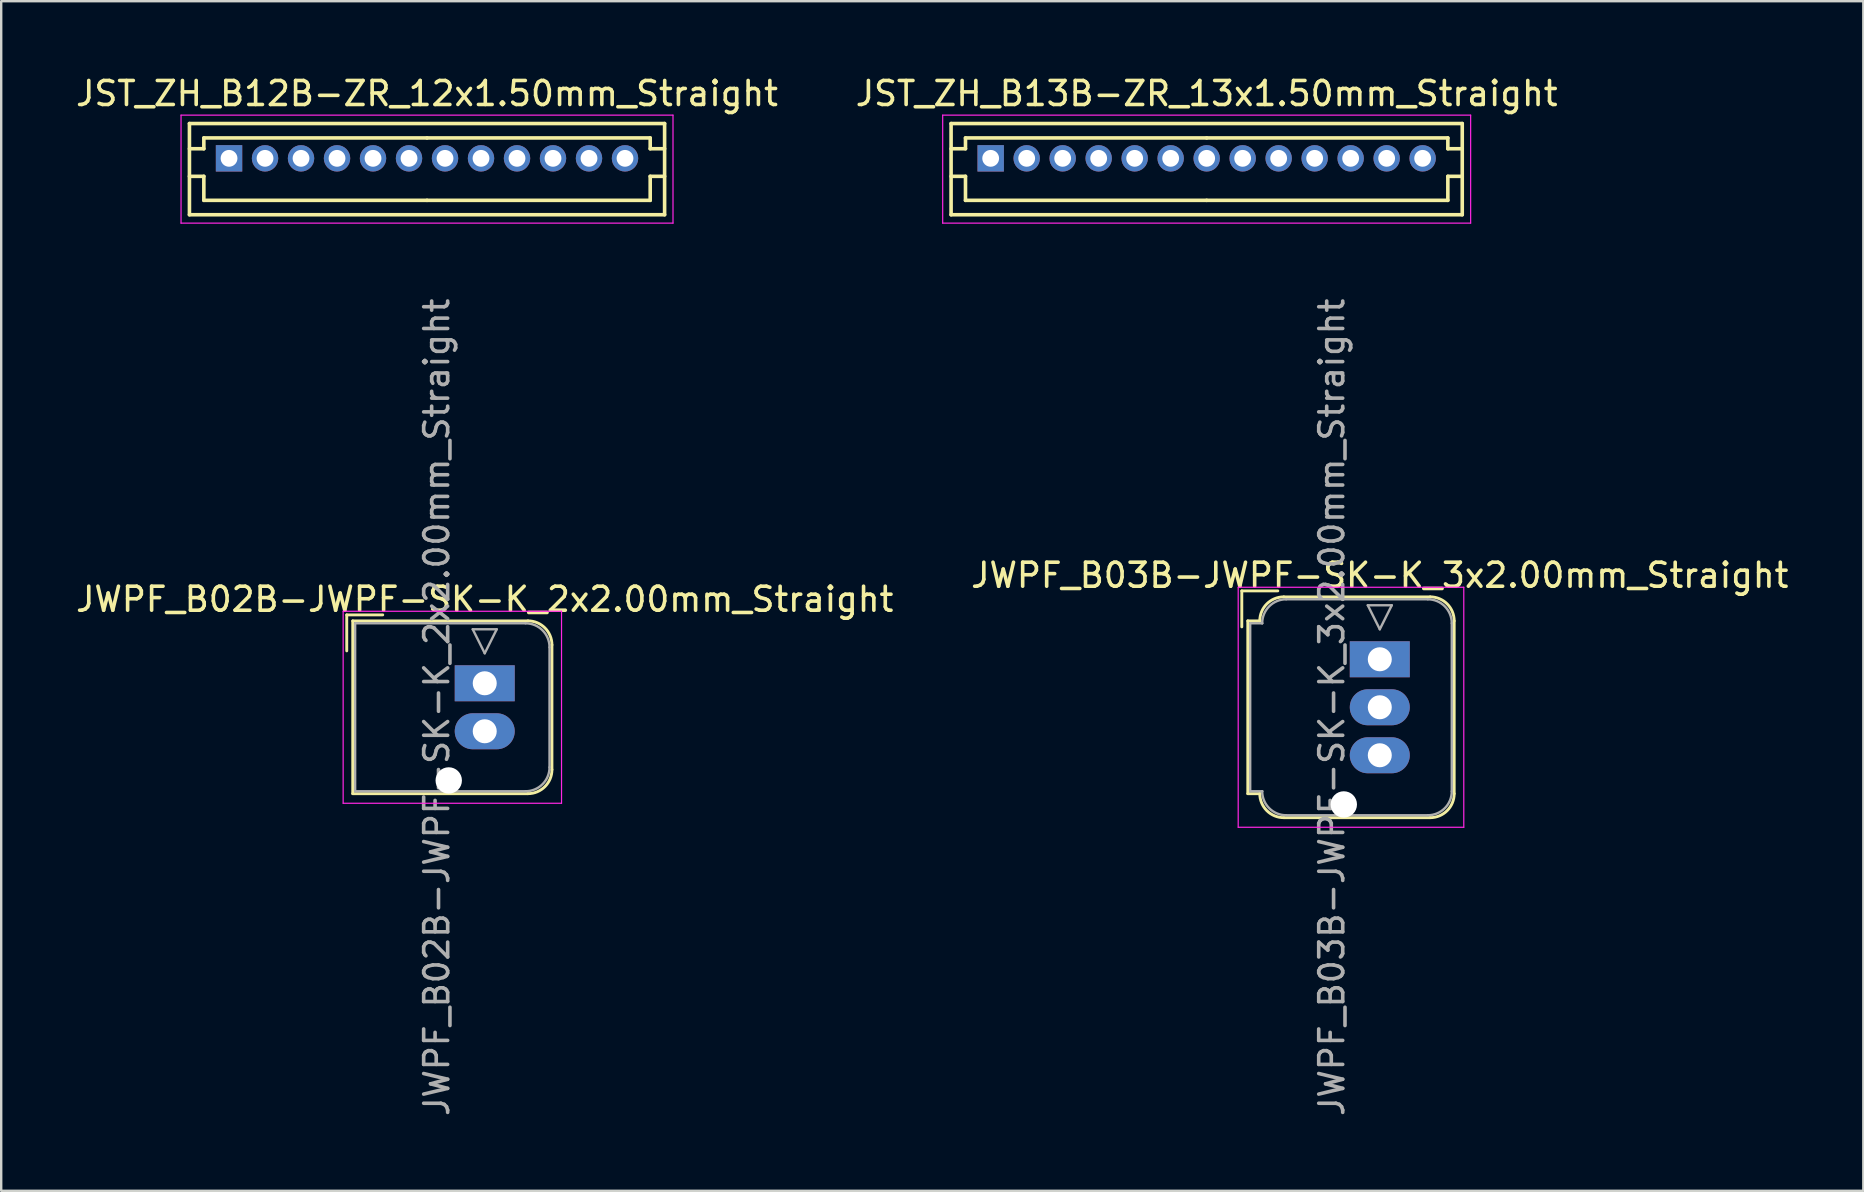
<source format=kicad_pcb>
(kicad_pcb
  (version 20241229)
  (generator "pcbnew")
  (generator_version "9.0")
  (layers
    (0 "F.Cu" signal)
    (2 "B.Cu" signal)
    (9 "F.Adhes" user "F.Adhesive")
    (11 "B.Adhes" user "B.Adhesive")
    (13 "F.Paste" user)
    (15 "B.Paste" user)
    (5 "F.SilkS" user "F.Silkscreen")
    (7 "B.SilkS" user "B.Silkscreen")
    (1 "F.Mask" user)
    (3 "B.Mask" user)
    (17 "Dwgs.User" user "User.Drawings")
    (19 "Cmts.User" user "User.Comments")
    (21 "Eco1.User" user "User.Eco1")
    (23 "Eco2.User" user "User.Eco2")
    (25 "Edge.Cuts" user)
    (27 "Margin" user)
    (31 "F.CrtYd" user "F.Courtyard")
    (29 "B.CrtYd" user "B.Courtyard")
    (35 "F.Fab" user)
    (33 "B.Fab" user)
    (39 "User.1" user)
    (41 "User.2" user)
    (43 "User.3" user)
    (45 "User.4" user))
  (footprint "JWPF_B02B-JWPF-SK-K_2x2.00mm_Straight"
    (layer "F.Cu")
    (at 17.149 25.422)
    (property "Reference" "JWPF_B02B-JWPF-SK-K_2x2.00mm_Straight" (at 0 -3.5 0) (layer "F.SilkS") (effects (font (size 1 1) (thickness 0.15))))
    (attr through_hole)
    (fp_line (start -5.75 -2.85) (end -4.25 -2.85) (stroke (width 0.12) (type solid)) (layer "F.SilkS"))
    (fp_line (start -5.75 -1.35) (end -5.75 -2.85) (stroke (width 0.12) (type solid)) (layer "F.SilkS"))
    (fp_line (start -5.5 -2.6) (end -5.5 4.6) (stroke (width 0.12) (type solid)) (layer "F.SilkS"))
    (fp_line (start -5.5 4.6) (end 1.8 4.6) (stroke (width 0.12) (type solid)) (layer "F.SilkS"))
    (fp_line (start 1.8 -2.6) (end -5.5 -2.6) (stroke (width 0.12) (type solid)) (layer "F.SilkS"))
    (fp_line (start 2.8 -1.6) (end 2.8 3.6) (stroke (width 0.12) (type solid)) (layer "F.SilkS"))
    (fp_arc (start 1.8 -2.6) (mid 2.507107 -2.307107) (end 2.8 -1.6) (stroke (width 0.12) (type solid)) (layer "F.SilkS"))
    (fp_arc (start 2.8 3.6) (mid 2.507107 4.307107) (end 1.8 4.6) (stroke (width 0.12) (type solid)) (layer "F.SilkS"))
    (fp_line (start -5.9 -3) (end -5.9 5) (stroke (width 0.05) (type solid)) (layer "F.CrtYd"))
    (fp_line (start -5.9 5) (end 3.2 5) (stroke (width 0.05) (type solid)) (layer "F.CrtYd"))
    (fp_line (start 3.2 -3) (end -5.9 -3) (stroke (width 0.05) (type solid)) (layer "F.CrtYd"))
    (fp_line (start 3.2 5) (end 3.2 -3) (stroke (width 0.05) (type solid)) (layer "F.CrtYd"))
    (fp_line (start -5.4 -2.5) (end -5.4 4.5) (stroke (width 0.1) (type solid)) (layer "F.Fab"))
    (fp_line (start -5.4 4.5) (end 1.7 4.5) (stroke (width 0.1) (type solid)) (layer "F.Fab"))
    (fp_line (start -0.5 -2.25) (end 0.5 -2.25) (stroke (width 0.1) (type solid)) (layer "F.Fab"))
    (fp_line (start 0 -1.25) (end -0.5 -2.25) (stroke (width 0.1) (type solid)) (layer "F.Fab"))
    (fp_line (start 0.5 -2.25) (end 0 -1.25) (stroke (width 0.1) (type solid)) (layer "F.Fab"))
    (fp_line (start 1.7 -2.5) (end -5.4 -2.5) (stroke (width 0.1) (type solid)) (layer "F.Fab"))
    (fp_line (start 2.7 -1.5) (end 2.7 3.5) (stroke (width 0.1) (type solid)) (layer "F.Fab"))
    (fp_arc (start 1.7 -2.5) (mid 2.407107 -2.207107) (end 2.7 -1.5) (stroke (width 0.1) (type solid)) (layer "F.Fab"))
    (fp_arc (start 2.7 3.5) (mid 2.407107 4.207107) (end 1.7 4.5) (stroke (width 0.1) (type solid)) (layer "F.Fab"))
    (fp_text user "${REFERENCE}" (at -2 1 90) (layer "F.Fab") (effects (font (size 1 1) (thickness 0.15))))
    (pad "" np_thru_hole circle (at -1.5 4.05) (size 1.1 1.1) (drill 1.1) (layers "*.Cu" "*.Mask"))
    (pad "1" thru_hole rect (at 0 0) (size 2.5 1.5) (drill 1) (layers "*.Cu" "*.Mask"))
    (pad "2" thru_hole oval (at 0 2) (size 2.5 1.5) (drill 1) (layers "*.Cu" "*.Mask")))
  (footprint "JST_ZH_B13B-ZR_13x1.50mm_Straight"
    (layer "F.Cu")
    (at 38.232 3.548)
    (property "Reference" "JST_ZH_B13B-ZR_13x1.50mm_Straight" (at 9 -2.7 0) (layer "F.SilkS") (effects (font (size 1 1) (thickness 0.15))))
    (attr through_hole)
    (fp_line (start -1.65 -1.45) (end -1.65 2.35) (stroke (width 0.15) (type solid)) (layer "F.SilkS"))
    (fp_line (start -1.65 -0.4) (end -1.05 -0.4) (stroke (width 0.15) (type solid)) (layer "F.SilkS"))
    (fp_line (start -1.65 0.75) (end -1.05 0.75) (stroke (width 0.15) (type solid)) (layer "F.SilkS"))
    (fp_line (start -1.65 2.35) (end 19.65 2.35) (stroke (width 0.15) (type solid)) (layer "F.SilkS"))
    (fp_line (start -1.05 -0.85) (end 9 -0.85) (stroke (width 0.15) (type solid)) (layer "F.SilkS"))
    (fp_line (start -1.05 -0.4) (end -1.05 -0.85) (stroke (width 0.15) (type solid)) (layer "F.SilkS"))
    (fp_line (start -1.05 0.75) (end -1.05 1.75) (stroke (width 0.15) (type solid)) (layer "F.SilkS"))
    (fp_line (start -1.05 1.75) (end 9 1.75) (stroke (width 0.15) (type solid)) (layer "F.SilkS"))
    (fp_line (start 19.05 -0.85) (end 9 -0.85) (stroke (width 0.15) (type solid)) (layer "F.SilkS"))
    (fp_line (start 19.05 -0.4) (end 19.05 -0.85) (stroke (width 0.15) (type solid)) (layer "F.SilkS"))
    (fp_line (start 19.05 0.75) (end 19.05 1.75) (stroke (width 0.15) (type solid)) (layer "F.SilkS"))
    (fp_line (start 19.05 1.75) (end 9 1.75) (stroke (width 0.15) (type solid)) (layer "F.SilkS"))
    (fp_line (start 19.65 -1.45) (end -1.65 -1.45) (stroke (width 0.15) (type solid)) (layer "F.SilkS"))
    (fp_line (start 19.65 -0.4) (end 19.05 -0.4) (stroke (width 0.15) (type solid)) (layer "F.SilkS"))
    (fp_line (start 19.65 0.75) (end 19.05 0.75) (stroke (width 0.15) (type solid)) (layer "F.SilkS"))
    (fp_line (start 19.65 2.35) (end 19.65 -1.45) (stroke (width 0.15) (type solid)) (layer "F.SilkS"))
    (fp_line (start -2 -1.8) (end -2 2.7) (stroke (width 0.05) (type solid)) (layer "F.CrtYd"))
    (fp_line (start -2 2.7) (end 20 2.7) (stroke (width 0.05) (type solid)) (layer "F.CrtYd"))
    (fp_line (start 20 -1.8) (end -2 -1.8) (stroke (width 0.05) (type solid)) (layer "F.CrtYd"))
    (fp_line (start 20 2.7) (end 20 -1.8) (stroke (width 0.05) (type solid)) (layer "F.CrtYd"))
    (pad "1" thru_hole rect (at 0 0) (size 1.1 1.1) (drill 0.7) (layers "*.Cu" "*.Mask"))
    (pad "2" thru_hole circle (at 1.5 0) (size 1.1 1.1) (drill 0.7) (layers "*.Cu" "*.Mask"))
    (pad "3" thru_hole circle (at 3 0) (size 1.1 1.1) (drill 0.7) (layers "*.Cu" "*.Mask"))
    (pad "4" thru_hole circle (at 4.5 0) (size 1.1 1.1) (drill 0.7) (layers "*.Cu" "*.Mask"))
    (pad "5" thru_hole circle (at 6 0) (size 1.1 1.1) (drill 0.7) (layers "*.Cu" "*.Mask"))
    (pad "6" thru_hole circle (at 7.5 0) (size 1.1 1.1) (drill 0.7) (layers "*.Cu" "*.Mask"))
    (pad "7" thru_hole circle (at 9 0) (size 1.1 1.1) (drill 0.7) (layers "*.Cu" "*.Mask"))
    (pad "8" thru_hole circle (at 10.5 0) (size 1.1 1.1) (drill 0.7) (layers "*.Cu" "*.Mask"))
    (pad "9" thru_hole circle (at 12 0) (size 1.1 1.1) (drill 0.7) (layers "*.Cu" "*.Mask"))
    (pad "10" thru_hole circle (at 13.5 0) (size 1.1 1.1) (drill 0.7) (layers "*.Cu" "*.Mask"))
    (pad "11" thru_hole circle (at 15 0) (size 1.1 1.1) (drill 0.7) (layers "*.Cu" "*.Mask"))
    (pad "12" thru_hole circle (at 16.5 0) (size 1.1 1.1) (drill 0.7) (layers "*.Cu" "*.Mask"))
    (pad "13" thru_hole circle (at 18 0) (size 1.1 1.1) (drill 0.7) (layers "*.Cu" "*.Mask")))
  (footprint "JST_ZH_B12B-ZR_12x1.50mm_Straight"
    (layer "F.Cu")
    (at 6.494 3.548)
    (property "Reference" "JST_ZH_B12B-ZR_12x1.50mm_Straight" (at 8.25 -2.7 0) (layer "F.SilkS") (effects (font (size 1 1) (thickness 0.15))))
    (attr through_hole)
    (fp_line (start -1.65 -1.45) (end -1.65 2.35) (stroke (width 0.15) (type solid)) (layer "F.SilkS"))
    (fp_line (start -1.65 -0.4) (end -1.05 -0.4) (stroke (width 0.15) (type solid)) (layer "F.SilkS"))
    (fp_line (start -1.65 0.75) (end -1.05 0.75) (stroke (width 0.15) (type solid)) (layer "F.SilkS"))
    (fp_line (start -1.65 2.35) (end 18.15 2.35) (stroke (width 0.15) (type solid)) (layer "F.SilkS"))
    (fp_line (start -1.05 -0.85) (end 8.25 -0.85) (stroke (width 0.15) (type solid)) (layer "F.SilkS"))
    (fp_line (start -1.05 -0.4) (end -1.05 -0.85) (stroke (width 0.15) (type solid)) (layer "F.SilkS"))
    (fp_line (start -1.05 0.75) (end -1.05 1.75) (stroke (width 0.15) (type solid)) (layer "F.SilkS"))
    (fp_line (start -1.05 1.75) (end 8.25 1.75) (stroke (width 0.15) (type solid)) (layer "F.SilkS"))
    (fp_line (start 17.55 -0.85) (end 8.25 -0.85) (stroke (width 0.15) (type solid)) (layer "F.SilkS"))
    (fp_line (start 17.55 -0.4) (end 17.55 -0.85) (stroke (width 0.15) (type solid)) (layer "F.SilkS"))
    (fp_line (start 17.55 0.75) (end 17.55 1.75) (stroke (width 0.15) (type solid)) (layer "F.SilkS"))
    (fp_line (start 17.55 1.75) (end 8.25 1.75) (stroke (width 0.15) (type solid)) (layer "F.SilkS"))
    (fp_line (start 18.15 -1.45) (end -1.65 -1.45) (stroke (width 0.15) (type solid)) (layer "F.SilkS"))
    (fp_line (start 18.15 -0.4) (end 17.55 -0.4) (stroke (width 0.15) (type solid)) (layer "F.SilkS"))
    (fp_line (start 18.15 0.75) (end 17.55 0.75) (stroke (width 0.15) (type solid)) (layer "F.SilkS"))
    (fp_line (start 18.15 2.35) (end 18.15 -1.45) (stroke (width 0.15) (type solid)) (layer "F.SilkS"))
    (fp_line (start -2 -1.8) (end -2 2.7) (stroke (width 0.05) (type solid)) (layer "F.CrtYd"))
    (fp_line (start -2 2.7) (end 18.5 2.7) (stroke (width 0.05) (type solid)) (layer "F.CrtYd"))
    (fp_line (start 18.5 -1.8) (end -2 -1.8) (stroke (width 0.05) (type solid)) (layer "F.CrtYd"))
    (fp_line (start 18.5 2.7) (end 18.5 -1.8) (stroke (width 0.05) (type solid)) (layer "F.CrtYd"))
    (pad "1" thru_hole rect (at 0 0) (size 1.1 1.1) (drill 0.7) (layers "*.Cu" "*.Mask"))
    (pad "2" thru_hole circle (at 1.5 0) (size 1.1 1.1) (drill 0.7) (layers "*.Cu" "*.Mask"))
    (pad "3" thru_hole circle (at 3 0) (size 1.1 1.1) (drill 0.7) (layers "*.Cu" "*.Mask"))
    (pad "4" thru_hole circle (at 4.5 0) (size 1.1 1.1) (drill 0.7) (layers "*.Cu" "*.Mask"))
    (pad "5" thru_hole circle (at 6 0) (size 1.1 1.1) (drill 0.7) (layers "*.Cu" "*.Mask"))
    (pad "6" thru_hole circle (at 7.5 0) (size 1.1 1.1) (drill 0.7) (layers "*.Cu" "*.Mask"))
    (pad "7" thru_hole circle (at 9 0) (size 1.1 1.1) (drill 0.7) (layers "*.Cu" "*.Mask"))
    (pad "8" thru_hole circle (at 10.5 0) (size 1.1 1.1) (drill 0.7) (layers "*.Cu" "*.Mask"))
    (pad "9" thru_hole circle (at 12 0) (size 1.1 1.1) (drill 0.7) (layers "*.Cu" "*.Mask"))
    (pad "10" thru_hole circle (at 13.5 0) (size 1.1 1.1) (drill 0.7) (layers "*.Cu" "*.Mask"))
    (pad "11" thru_hole circle (at 15 0) (size 1.1 1.1) (drill 0.7) (layers "*.Cu" "*.Mask"))
    (pad "12" thru_hole circle (at 16.5 0) (size 1.1 1.1) (drill 0.7) (layers "*.Cu" "*.Mask")))
  (footprint "JWPF_B03B-JWPF-SK-K_3x2.00mm_Straight"
    (layer "F.Cu")
    (at 54.446 24.422)
    (property "Reference" "JWPF_B03B-JWPF-SK-K_3x2.00mm_Straight" (at 0 -3.5 0) (layer "F.SilkS") (effects (font (size 1 1) (thickness 0.15))))
    (attr through_hole)
    (fp_line (start -5.75 -2.85) (end -4.25 -2.85) (stroke (width 0.12) (type solid)) (layer "F.SilkS"))
    (fp_line (start -5.75 -1.35) (end -5.75 -2.85) (stroke (width 0.12) (type solid)) (layer "F.SilkS"))
    (fp_line (start -5.5 -1.6) (end -5.5 5.6) (stroke (width 0.12) (type solid)) (layer "F.SilkS"))
    (fp_line (start -5.5 5.6) (end -5 5.6) (stroke (width 0.12) (type solid)) (layer "F.SilkS"))
    (fp_line (start -5 -1.6) (end -5.5 -1.6) (stroke (width 0.12) (type solid)) (layer "F.SilkS"))
    (fp_line (start -5 -1.6) (end -5 -1.6) (stroke (width 0.12) (type solid)) (layer "F.SilkS"))
    (fp_line (start -5 5.6) (end -5 5.6) (stroke (width 0.12) (type solid)) (layer "F.SilkS"))
    (fp_line (start -4 -2.6) (end 2.1 -2.6) (stroke (width 0.12) (type solid)) (layer "F.SilkS"))
    (fp_line (start -4 6.6) (end 2.1 6.6) (stroke (width 0.12) (type solid)) (layer "F.SilkS"))
    (fp_line (start 3.1 -1.6) (end 3.1 5.6) (stroke (width 0.12) (type solid)) (layer "F.SilkS"))
    (fp_arc (start -5 -1.6) (mid -4.707107 -2.307107) (end -4 -2.6) (stroke (width 0.12) (type solid)) (layer "F.SilkS"))
    (fp_arc (start -4 6.6) (mid -4.707107 6.307107) (end -5 5.6) (stroke (width 0.12) (type solid)) (layer "F.SilkS"))
    (fp_arc (start 2.1 -2.6) (mid 2.807107 -2.307107) (end 3.1 -1.6) (stroke (width 0.12) (type solid)) (layer "F.SilkS"))
    (fp_arc (start 3.1 5.6) (mid 2.807107 6.307107) (end 2.1 6.6) (stroke (width 0.12) (type solid)) (layer "F.SilkS"))
    (fp_line (start -5.9 -3) (end -5.9 7) (stroke (width 0.05) (type solid)) (layer "F.CrtYd"))
    (fp_line (start -5.9 7) (end 3.5 7) (stroke (width 0.05) (type solid)) (layer "F.CrtYd"))
    (fp_line (start 3.5 -3) (end -5.9 -3) (stroke (width 0.05) (type solid)) (layer "F.CrtYd"))
    (fp_line (start 3.5 7) (end 3.5 -3) (stroke (width 0.05) (type solid)) (layer "F.CrtYd"))
    (fp_line (start -5.4 -1.5) (end -5.4 5.5) (stroke (width 0.1) (type solid)) (layer "F.Fab"))
    (fp_line (start -5.4 5.5) (end -4.9 5.5) (stroke (width 0.1) (type solid)) (layer "F.Fab"))
    (fp_line (start -4.9 -1.5) (end -5.4 -1.5) (stroke (width 0.1) (type solid)) (layer "F.Fab"))
    (fp_line (start -4.9 -1.5) (end -4.9 -1.5) (stroke (width 0.1) (type solid)) (layer "F.Fab"))
    (fp_line (start -4.9 5.5) (end -4.9 5.5) (stroke (width 0.1) (type solid)) (layer "F.Fab"))
    (fp_line (start -3.9 -2.5) (end 2 -2.5) (stroke (width 0.1) (type solid)) (layer "F.Fab"))
    (fp_line (start -3.9 6.5) (end 2 6.5) (stroke (width 0.1) (type solid)) (layer "F.Fab"))
    (fp_line (start -0.5 -2.25) (end 0.5 -2.25) (stroke (width 0.1) (type solid)) (layer "F.Fab"))
    (fp_line (start 0 -1.25) (end -0.5 -2.25) (stroke (width 0.1) (type solid)) (layer "F.Fab"))
    (fp_line (start 0.5 -2.25) (end 0 -1.25) (stroke (width 0.1) (type solid)) (layer "F.Fab"))
    (fp_line (start 3 -1.5) (end 3 5.5) (stroke (width 0.1) (type solid)) (layer "F.Fab"))
    (fp_arc (start -4.9 -1.5) (mid -4.607107 -2.207107) (end -3.9 -2.5) (stroke (width 0.1) (type solid)) (layer "F.Fab"))
    (fp_arc (start -3.9 6.5) (mid -4.607107 6.207107) (end -4.9 5.5) (stroke (width 0.1) (type solid)) (layer "F.Fab"))
    (fp_arc (start 2 -2.5) (mid 2.707107 -2.207107) (end 3 -1.5) (stroke (width 0.1) (type solid)) (layer "F.Fab"))
    (fp_arc (start 3 5.5) (mid 2.707107 6.207107) (end 2 6.5) (stroke (width 0.1) (type solid)) (layer "F.Fab"))
    (fp_text user "${REFERENCE}" (at -2 2 90) (layer "F.Fab") (effects (font (size 1 1) (thickness 0.15))))
    (pad "" np_thru_hole circle (at -1.5 6.05) (size 1.1 1.1) (drill 1.1) (layers "*.Cu" "*.Mask"))
    (pad "1" thru_hole rect (at 0 0) (size 2.5 1.5) (drill 1) (layers "*.Cu" "*.Mask"))
    (pad "2" thru_hole oval (at 0 2) (size 2.5 1.5) (drill 1) (layers "*.Cu" "*.Mask"))
    (pad "3" thru_hole oval (at 0 4) (size 2.5 1.5) (drill 1) (layers "*.Cu" "*.Mask")))
  (gr_rect
    (start -3 -3)
    (end 74.595 46.571)
    (stroke (width 0.1) (type default))
    (fill no)
    (layer "Edge.Cuts")))
</source>
